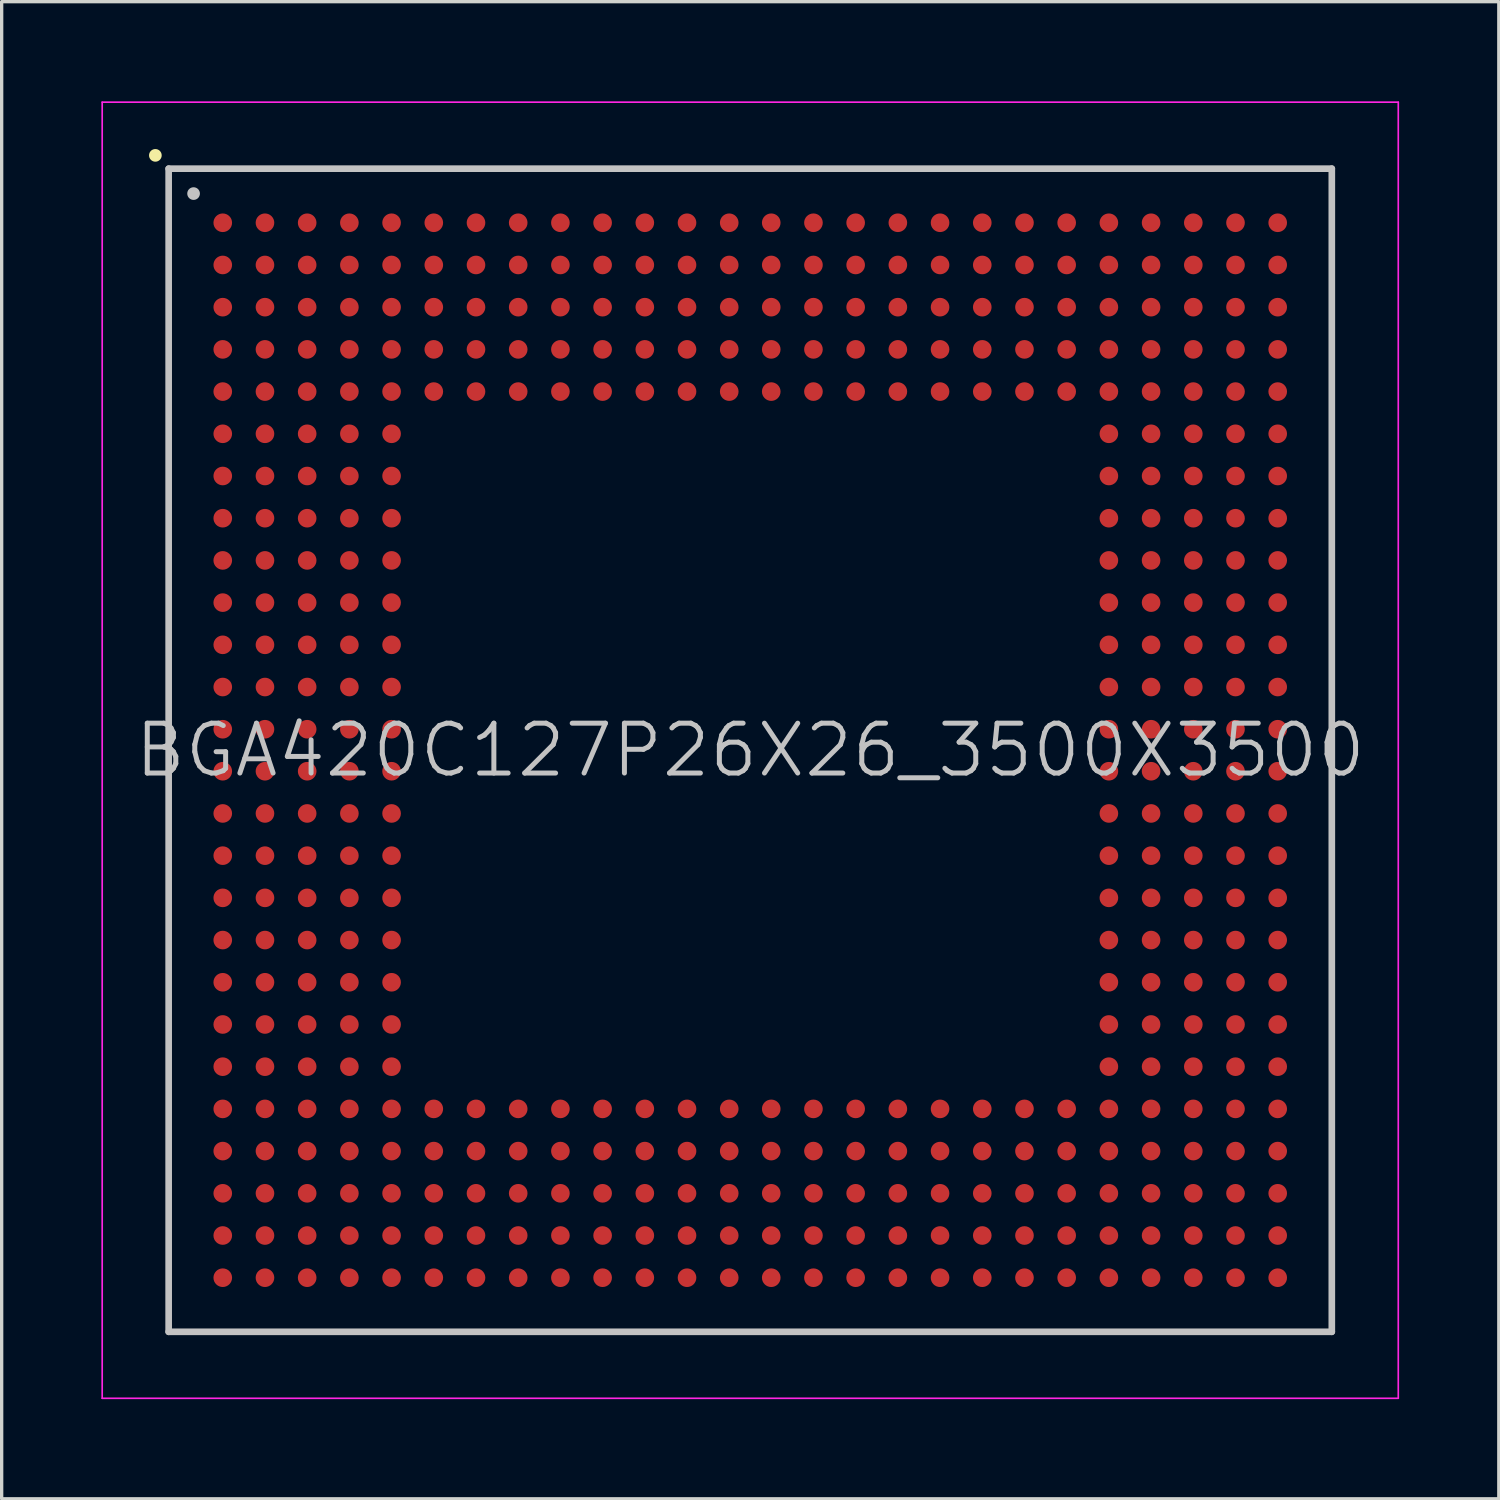
<source format=kicad_pcb>
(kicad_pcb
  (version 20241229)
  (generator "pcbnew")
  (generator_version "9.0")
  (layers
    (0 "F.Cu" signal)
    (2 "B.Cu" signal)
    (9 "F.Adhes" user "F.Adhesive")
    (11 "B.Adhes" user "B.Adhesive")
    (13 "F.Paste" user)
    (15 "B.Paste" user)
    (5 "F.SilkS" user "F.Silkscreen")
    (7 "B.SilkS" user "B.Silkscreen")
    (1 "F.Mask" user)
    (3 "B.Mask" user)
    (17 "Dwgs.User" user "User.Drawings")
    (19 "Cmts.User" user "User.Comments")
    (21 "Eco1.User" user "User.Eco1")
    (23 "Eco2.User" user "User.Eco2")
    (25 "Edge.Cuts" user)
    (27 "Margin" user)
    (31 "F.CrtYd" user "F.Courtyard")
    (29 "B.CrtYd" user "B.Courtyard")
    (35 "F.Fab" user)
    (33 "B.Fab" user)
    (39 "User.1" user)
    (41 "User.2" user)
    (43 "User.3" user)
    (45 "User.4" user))
  (footprint "BGA420C127P26X26_3500X3500"
    (layer "F.Cu")
    (at 19.525 19.525)
    (property "Reference" "BGA420C127P26X26_3500X3500" (at 0 0 0) (layer "Dwgs.User") (effects (font (size 1.5 1.5) (thickness 0.15))))
    (attr smd)
    (fp_line (start -17.9 -17.9) (end -17.9 -17.9) (stroke (width 0.381) (type solid)) (layer "F.SilkS"))
    (fp_line (start -17.5 -17.5) (end -17.5 17.5) (stroke (width 0.2) (type solid)) (layer "Dwgs.User"))
    (fp_line (start -17.5 -17.5) (end 17.5 -17.5) (stroke (width 0.2) (type solid)) (layer "Dwgs.User"))
    (fp_line (start -17.5 17.5) (end 17.5 17.5) (stroke (width 0.2) (type solid)) (layer "Dwgs.User"))
    (fp_line (start -16.75 -16.75) (end -16.75 -16.75) (stroke (width 0.381) (type solid)) (layer "Dwgs.User"))
    (fp_line (start 17.5 -17.5) (end 17.5 17.5) (stroke (width 0.2) (type solid)) (layer "Dwgs.User"))
    (fp_line (start -19.5 -19.5) (end -19.5 19.5) (stroke (width 0.05) (type solid)) (layer "F.CrtYd"))
    (fp_line (start -19.5 -19.5) (end 19.5 -19.5) (stroke (width 0.05) (type solid)) (layer "F.CrtYd"))
    (fp_line (start -19.5 19.5) (end 19.5 19.5) (stroke (width 0.05) (type solid)) (layer "F.CrtYd"))
    (fp_line (start 19.5 -19.5) (end 19.5 19.5) (stroke (width 0.05) (type solid)) (layer "F.CrtYd"))
    (pad "A1" smd circle (at -15.872 -15.872 270) (size 0.56 0.56) (layers "F.Cu" "F.Mask" "F.Paste"))
    (pad "A2" smd circle (at -14.602 -15.872 270) (size 0.56 0.56) (layers "F.Cu" "F.Mask" "F.Paste"))
    (pad "A3" smd circle (at -13.332 -15.872 270) (size 0.56 0.56) (layers "F.Cu" "F.Mask" "F.Paste"))
    (pad "A4" smd circle (at -12.062 -15.872 270) (size 0.56 0.56) (layers "F.Cu" "F.Mask" "F.Paste"))
    (pad "A5" smd circle (at -10.792 -15.872 270) (size 0.56 0.56) (layers "F.Cu" "F.Mask" "F.Paste"))
    (pad "A6" smd circle (at -9.522 -15.872 270) (size 0.56 0.56) (layers "F.Cu" "F.Mask" "F.Paste"))
    (pad "A7" smd circle (at -8.252 -15.872 270) (size 0.56 0.56) (layers "F.Cu" "F.Mask" "F.Paste"))
    (pad "A8" smd circle (at -6.982 -15.872 270) (size 0.56 0.56) (layers "F.Cu" "F.Mask" "F.Paste"))
    (pad "A9" smd circle (at -5.712 -15.872 270) (size 0.56 0.56) (layers "F.Cu" "F.Mask" "F.Paste"))
    (pad "A10" smd circle (at -4.442 -15.872 270) (size 0.56 0.56) (layers "F.Cu" "F.Mask" "F.Paste"))
    (pad "A11" smd circle (at -3.172 -15.872 270) (size 0.56 0.56) (layers "F.Cu" "F.Mask" "F.Paste"))
    (pad "A12" smd circle (at -1.902 -15.872 270) (size 0.56 0.56) (layers "F.Cu" "F.Mask" "F.Paste"))
    (pad "A13" smd circle (at -0.632 -15.872 270) (size 0.56 0.56) (layers "F.Cu" "F.Mask" "F.Paste"))
    (pad "A14" smd circle (at 0.632 -15.872 270) (size 0.56 0.56) (layers "F.Cu" "F.Mask" "F.Paste"))
    (pad "A15" smd circle (at 1.902 -15.872 270) (size 0.56 0.56) (layers "F.Cu" "F.Mask" "F.Paste"))
    (pad "A16" smd circle (at 3.172 -15.872 270) (size 0.56 0.56) (layers "F.Cu" "F.Mask" "F.Paste"))
    (pad "A17" smd circle (at 4.442 -15.872 270) (size 0.56 0.56) (layers "F.Cu" "F.Mask" "F.Paste"))
    (pad "A18" smd circle (at 5.712 -15.872 270) (size 0.56 0.56) (layers "F.Cu" "F.Mask" "F.Paste"))
    (pad "A19" smd circle (at 6.982 -15.872 270) (size 0.56 0.56) (layers "F.Cu" "F.Mask" "F.Paste"))
    (pad "A20" smd circle (at 8.252 -15.872 270) (size 0.56 0.56) (layers "F.Cu" "F.Mask" "F.Paste"))
    (pad "A21" smd circle (at 9.522 -15.872 270) (size 0.56 0.56) (layers "F.Cu" "F.Mask" "F.Paste"))
    (pad "A22" smd circle (at 10.792 -15.872 270) (size 0.56 0.56) (layers "F.Cu" "F.Mask" "F.Paste"))
    (pad "A23" smd circle (at 12.062 -15.872 270) (size 0.56 0.56) (layers "F.Cu" "F.Mask" "F.Paste"))
    (pad "A24" smd circle (at 13.332 -15.872 270) (size 0.56 0.56) (layers "F.Cu" "F.Mask" "F.Paste"))
    (pad "A25" smd circle (at 14.602 -15.872 270) (size 0.56 0.56) (layers "F.Cu" "F.Mask" "F.Paste"))
    (pad "A26" smd circle (at 15.872 -15.872 270) (size 0.56 0.56) (layers "F.Cu" "F.Mask" "F.Paste"))
    (pad "AA1" smd circle (at -15.872 9.522 270) (size 0.56 0.56) (layers "F.Cu" "F.Mask" "F.Paste"))
    (pad "AA2" smd circle (at -14.602 9.522 270) (size 0.56 0.56) (layers "F.Cu" "F.Mask" "F.Paste"))
    (pad "AA3" smd circle (at -13.332 9.522 270) (size 0.56 0.56) (layers "F.Cu" "F.Mask" "F.Paste"))
    (pad "AA4" smd circle (at -12.062 9.522 270) (size 0.56 0.56) (layers "F.Cu" "F.Mask" "F.Paste"))
    (pad "AA5" smd circle (at -10.792 9.522 270) (size 0.56 0.56) (layers "F.Cu" "F.Mask" "F.Paste"))
    (pad "AA22" smd circle (at 10.792 9.522 270) (size 0.56 0.56) (layers "F.Cu" "F.Mask" "F.Paste"))
    (pad "AA23" smd circle (at 12.062 9.522 270) (size 0.56 0.56) (layers "F.Cu" "F.Mask" "F.Paste"))
    (pad "AA24" smd circle (at 13.332 9.522 270) (size 0.56 0.56) (layers "F.Cu" "F.Mask" "F.Paste"))
    (pad "AA25" smd circle (at 14.602 9.522 270) (size 0.56 0.56) (layers "F.Cu" "F.Mask" "F.Paste"))
    (pad "AA26" smd circle (at 15.872 9.522 270) (size 0.56 0.56) (layers "F.Cu" "F.Mask" "F.Paste"))
    (pad "AB1" smd circle (at -15.872 10.792 270) (size 0.56 0.56) (layers "F.Cu" "F.Mask" "F.Paste"))
    (pad "AB2" smd circle (at -14.602 10.792 270) (size 0.56 0.56) (layers "F.Cu" "F.Mask" "F.Paste"))
    (pad "AB3" smd circle (at -13.332 10.792 270) (size 0.56 0.56) (layers "F.Cu" "F.Mask" "F.Paste"))
    (pad "AB4" smd circle (at -12.062 10.792 270) (size 0.56 0.56) (layers "F.Cu" "F.Mask" "F.Paste"))
    (pad "AB5" smd circle (at -10.792 10.792 270) (size 0.56 0.56) (layers "F.Cu" "F.Mask" "F.Paste"))
    (pad "AB6" smd circle (at -9.522 10.792 270) (size 0.56 0.56) (layers "F.Cu" "F.Mask" "F.Paste"))
    (pad "AB7" smd circle (at -8.252 10.792 270) (size 0.56 0.56) (layers "F.Cu" "F.Mask" "F.Paste"))
    (pad "AB8" smd circle (at -6.982 10.792 270) (size 0.56 0.56) (layers "F.Cu" "F.Mask" "F.Paste"))
    (pad "AB9" smd circle (at -5.712 10.792 270) (size 0.56 0.56) (layers "F.Cu" "F.Mask" "F.Paste"))
    (pad "AB10" smd circle (at -4.442 10.792 270) (size 0.56 0.56) (layers "F.Cu" "F.Mask" "F.Paste"))
    (pad "AB11" smd circle (at -3.172 10.792 270) (size 0.56 0.56) (layers "F.Cu" "F.Mask" "F.Paste"))
    (pad "AB12" smd circle (at -1.902 10.792 270) (size 0.56 0.56) (layers "F.Cu" "F.Mask" "F.Paste"))
    (pad "AB13" smd circle (at -0.632 10.792 270) (size 0.56 0.56) (layers "F.Cu" "F.Mask" "F.Paste"))
    (pad "AB14" smd circle (at 0.632 10.792 270) (size 0.56 0.56) (layers "F.Cu" "F.Mask" "F.Paste"))
    (pad "AB15" smd circle (at 1.902 10.792 270) (size 0.56 0.56) (layers "F.Cu" "F.Mask" "F.Paste"))
    (pad "AB16" smd circle (at 3.172 10.792 270) (size 0.56 0.56) (layers "F.Cu" "F.Mask" "F.Paste"))
    (pad "AB17" smd circle (at 4.442 10.792 270) (size 0.56 0.56) (layers "F.Cu" "F.Mask" "F.Paste"))
    (pad "AB18" smd circle (at 5.712 10.792 270) (size 0.56 0.56) (layers "F.Cu" "F.Mask" "F.Paste"))
    (pad "AB19" smd circle (at 6.982 10.792 270) (size 0.56 0.56) (layers "F.Cu" "F.Mask" "F.Paste"))
    (pad "AB20" smd circle (at 8.252 10.792 270) (size 0.56 0.56) (layers "F.Cu" "F.Mask" "F.Paste"))
    (pad "AB21" smd circle (at 9.522 10.792 270) (size 0.56 0.56) (layers "F.Cu" "F.Mask" "F.Paste"))
    (pad "AB22" smd circle (at 10.792 10.792 270) (size 0.56 0.56) (layers "F.Cu" "F.Mask" "F.Paste"))
    (pad "AB23" smd circle (at 12.062 10.792 270) (size 0.56 0.56) (layers "F.Cu" "F.Mask" "F.Paste"))
    (pad "AB24" smd circle (at 13.332 10.792 270) (size 0.56 0.56) (layers "F.Cu" "F.Mask" "F.Paste"))
    (pad "AB25" smd circle (at 14.602 10.792 270) (size 0.56 0.56) (layers "F.Cu" "F.Mask" "F.Paste"))
    (pad "AB26" smd circle (at 15.872 10.792 270) (size 0.56 0.56) (layers "F.Cu" "F.Mask" "F.Paste"))
    (pad "AC1" smd circle (at -15.872 12.062 270) (size 0.56 0.56) (layers "F.Cu" "F.Mask" "F.Paste"))
    (pad "AC2" smd circle (at -14.602 12.062 270) (size 0.56 0.56) (layers "F.Cu" "F.Mask" "F.Paste"))
    (pad "AC3" smd circle (at -13.332 12.062 270) (size 0.56 0.56) (layers "F.Cu" "F.Mask" "F.Paste"))
    (pad "AC4" smd circle (at -12.062 12.062 270) (size 0.56 0.56) (layers "F.Cu" "F.Mask" "F.Paste"))
    (pad "AC5" smd circle (at -10.792 12.062 270) (size 0.56 0.56) (layers "F.Cu" "F.Mask" "F.Paste"))
    (pad "AC6" smd circle (at -9.522 12.062 270) (size 0.56 0.56) (layers "F.Cu" "F.Mask" "F.Paste"))
    (pad "AC7" smd circle (at -8.252 12.062 270) (size 0.56 0.56) (layers "F.Cu" "F.Mask" "F.Paste"))
    (pad "AC8" smd circle (at -6.982 12.062 270) (size 0.56 0.56) (layers "F.Cu" "F.Mask" "F.Paste"))
    (pad "AC9" smd circle (at -5.712 12.062 270) (size 0.56 0.56) (layers "F.Cu" "F.Mask" "F.Paste"))
    (pad "AC10" smd circle (at -4.442 12.062 270) (size 0.56 0.56) (layers "F.Cu" "F.Mask" "F.Paste"))
    (pad "AC11" smd circle (at -3.172 12.062 270) (size 0.56 0.56) (layers "F.Cu" "F.Mask" "F.Paste"))
    (pad "AC12" smd circle (at -1.902 12.062 270) (size 0.56 0.56) (layers "F.Cu" "F.Mask" "F.Paste"))
    (pad "AC13" smd circle (at -0.632 12.062 270) (size 0.56 0.56) (layers "F.Cu" "F.Mask" "F.Paste"))
    (pad "AC14" smd circle (at 0.632 12.062 270) (size 0.56 0.56) (layers "F.Cu" "F.Mask" "F.Paste"))
    (pad "AC15" smd circle (at 1.902 12.062 270) (size 0.56 0.56) (layers "F.Cu" "F.Mask" "F.Paste"))
    (pad "AC16" smd circle (at 3.172 12.062 270) (size 0.56 0.56) (layers "F.Cu" "F.Mask" "F.Paste"))
    (pad "AC17" smd circle (at 4.442 12.062 270) (size 0.56 0.56) (layers "F.Cu" "F.Mask" "F.Paste"))
    (pad "AC18" smd circle (at 5.712 12.062 270) (size 0.56 0.56) (layers "F.Cu" "F.Mask" "F.Paste"))
    (pad "AC19" smd circle (at 6.982 12.062 270) (size 0.56 0.56) (layers "F.Cu" "F.Mask" "F.Paste"))
    (pad "AC20" smd circle (at 8.252 12.062 270) (size 0.56 0.56) (layers "F.Cu" "F.Mask" "F.Paste"))
    (pad "AC21" smd circle (at 9.522 12.062 270) (size 0.56 0.56) (layers "F.Cu" "F.Mask" "F.Paste"))
    (pad "AC22" smd circle (at 10.792 12.062 270) (size 0.56 0.56) (layers "F.Cu" "F.Mask" "F.Paste"))
    (pad "AC23" smd circle (at 12.062 12.062 270) (size 0.56 0.56) (layers "F.Cu" "F.Mask" "F.Paste"))
    (pad "AC24" smd circle (at 13.332 12.062 270) (size 0.56 0.56) (layers "F.Cu" "F.Mask" "F.Paste"))
    (pad "AC25" smd circle (at 14.602 12.062 270) (size 0.56 0.56) (layers "F.Cu" "F.Mask" "F.Paste"))
    (pad "AC26" smd circle (at 15.872 12.062 270) (size 0.56 0.56) (layers "F.Cu" "F.Mask" "F.Paste"))
    (pad "AD1" smd circle (at -15.872 13.332 270) (size 0.56 0.56) (layers "F.Cu" "F.Mask" "F.Paste"))
    (pad "AD2" smd circle (at -14.602 13.332 270) (size 0.56 0.56) (layers "F.Cu" "F.Mask" "F.Paste"))
    (pad "AD3" smd circle (at -13.332 13.332 270) (size 0.56 0.56) (layers "F.Cu" "F.Mask" "F.Paste"))
    (pad "AD4" smd circle (at -12.062 13.332 270) (size 0.56 0.56) (layers "F.Cu" "F.Mask" "F.Paste"))
    (pad "AD5" smd circle (at -10.792 13.332 270) (size 0.56 0.56) (layers "F.Cu" "F.Mask" "F.Paste"))
    (pad "AD6" smd circle (at -9.522 13.332 270) (size 0.56 0.56) (layers "F.Cu" "F.Mask" "F.Paste"))
    (pad "AD7" smd circle (at -8.252 13.332 270) (size 0.56 0.56) (layers "F.Cu" "F.Mask" "F.Paste"))
    (pad "AD8" smd circle (at -6.982 13.332 270) (size 0.56 0.56) (layers "F.Cu" "F.Mask" "F.Paste"))
    (pad "AD9" smd circle (at -5.712 13.332 270) (size 0.56 0.56) (layers "F.Cu" "F.Mask" "F.Paste"))
    (pad "AD10" smd circle (at -4.442 13.332 270) (size 0.56 0.56) (layers "F.Cu" "F.Mask" "F.Paste"))
    (pad "AD11" smd circle (at -3.172 13.332 270) (size 0.56 0.56) (layers "F.Cu" "F.Mask" "F.Paste"))
    (pad "AD12" smd circle (at -1.902 13.332 270) (size 0.56 0.56) (layers "F.Cu" "F.Mask" "F.Paste"))
    (pad "AD13" smd circle (at -0.632 13.332 270) (size 0.56 0.56) (layers "F.Cu" "F.Mask" "F.Paste"))
    (pad "AD14" smd circle (at 0.632 13.332 270) (size 0.56 0.56) (layers "F.Cu" "F.Mask" "F.Paste"))
    (pad "AD15" smd circle (at 1.902 13.332 270) (size 0.56 0.56) (layers "F.Cu" "F.Mask" "F.Paste"))
    (pad "AD16" smd circle (at 3.172 13.332 270) (size 0.56 0.56) (layers "F.Cu" "F.Mask" "F.Paste"))
    (pad "AD17" smd circle (at 4.442 13.332 270) (size 0.56 0.56) (layers "F.Cu" "F.Mask" "F.Paste"))
    (pad "AD18" smd circle (at 5.712 13.332 270) (size 0.56 0.56) (layers "F.Cu" "F.Mask" "F.Paste"))
    (pad "AD19" smd circle (at 6.982 13.332 270) (size 0.56 0.56) (layers "F.Cu" "F.Mask" "F.Paste"))
    (pad "AD20" smd circle (at 8.252 13.332 270) (size 0.56 0.56) (layers "F.Cu" "F.Mask" "F.Paste"))
    (pad "AD21" smd circle (at 9.522 13.332 270) (size 0.56 0.56) (layers "F.Cu" "F.Mask" "F.Paste"))
    (pad "AD22" smd circle (at 10.792 13.332 270) (size 0.56 0.56) (layers "F.Cu" "F.Mask" "F.Paste"))
    (pad "AD23" smd circle (at 12.062 13.332 270) (size 0.56 0.56) (layers "F.Cu" "F.Mask" "F.Paste"))
    (pad "AD24" smd circle (at 13.332 13.332 270) (size 0.56 0.56) (layers "F.Cu" "F.Mask" "F.Paste"))
    (pad "AD25" smd circle (at 14.602 13.332 270) (size 0.56 0.56) (layers "F.Cu" "F.Mask" "F.Paste"))
    (pad "AD26" smd circle (at 15.872 13.332 270) (size 0.56 0.56) (layers "F.Cu" "F.Mask" "F.Paste"))
    (pad "AE1" smd circle (at -15.872 14.602 270) (size 0.56 0.56) (layers "F.Cu" "F.Mask" "F.Paste"))
    (pad "AE2" smd circle (at -14.602 14.602 270) (size 0.56 0.56) (layers "F.Cu" "F.Mask" "F.Paste"))
    (pad "AE3" smd circle (at -13.332 14.602 270) (size 0.56 0.56) (layers "F.Cu" "F.Mask" "F.Paste"))
    (pad "AE4" smd circle (at -12.062 14.602 270) (size 0.56 0.56) (layers "F.Cu" "F.Mask" "F.Paste"))
    (pad "AE5" smd circle (at -10.792 14.602 270) (size 0.56 0.56) (layers "F.Cu" "F.Mask" "F.Paste"))
    (pad "AE6" smd circle (at -9.522 14.602 270) (size 0.56 0.56) (layers "F.Cu" "F.Mask" "F.Paste"))
    (pad "AE7" smd circle (at -8.252 14.602 270) (size 0.56 0.56) (layers "F.Cu" "F.Mask" "F.Paste"))
    (pad "AE8" smd circle (at -6.982 14.602 270) (size 0.56 0.56) (layers "F.Cu" "F.Mask" "F.Paste"))
    (pad "AE9" smd circle (at -5.712 14.602 270) (size 0.56 0.56) (layers "F.Cu" "F.Mask" "F.Paste"))
    (pad "AE10" smd circle (at -4.442 14.602 270) (size 0.56 0.56) (layers "F.Cu" "F.Mask" "F.Paste"))
    (pad "AE11" smd circle (at -3.172 14.602 270) (size 0.56 0.56) (layers "F.Cu" "F.Mask" "F.Paste"))
    (pad "AE12" smd circle (at -1.902 14.602 270) (size 0.56 0.56) (layers "F.Cu" "F.Mask" "F.Paste"))
    (pad "AE13" smd circle (at -0.632 14.602 270) (size 0.56 0.56) (layers "F.Cu" "F.Mask" "F.Paste"))
    (pad "AE14" smd circle (at 0.632 14.602 270) (size 0.56 0.56) (layers "F.Cu" "F.Mask" "F.Paste"))
    (pad "AE15" smd circle (at 1.902 14.602 270) (size 0.56 0.56) (layers "F.Cu" "F.Mask" "F.Paste"))
    (pad "AE16" smd circle (at 3.172 14.602 270) (size 0.56 0.56) (layers "F.Cu" "F.Mask" "F.Paste"))
    (pad "AE17" smd circle (at 4.442 14.602 270) (size 0.56 0.56) (layers "F.Cu" "F.Mask" "F.Paste"))
    (pad "AE18" smd circle (at 5.712 14.602 270) (size 0.56 0.56) (layers "F.Cu" "F.Mask" "F.Paste"))
    (pad "AE19" smd circle (at 6.982 14.602 270) (size 0.56 0.56) (layers "F.Cu" "F.Mask" "F.Paste"))
    (pad "AE20" smd circle (at 8.252 14.602 270) (size 0.56 0.56) (layers "F.Cu" "F.Mask" "F.Paste"))
    (pad "AE21" smd circle (at 9.522 14.602 270) (size 0.56 0.56) (layers "F.Cu" "F.Mask" "F.Paste"))
    (pad "AE22" smd circle (at 10.792 14.602 270) (size 0.56 0.56) (layers "F.Cu" "F.Mask" "F.Paste"))
    (pad "AE23" smd circle (at 12.062 14.602 270) (size 0.56 0.56) (layers "F.Cu" "F.Mask" "F.Paste"))
    (pad "AE24" smd circle (at 13.332 14.602 270) (size 0.56 0.56) (layers "F.Cu" "F.Mask" "F.Paste"))
    (pad "AE25" smd circle (at 14.602 14.602 270) (size 0.56 0.56) (layers "F.Cu" "F.Mask" "F.Paste"))
    (pad "AE26" smd circle (at 15.872 14.602 270) (size 0.56 0.56) (layers "F.Cu" "F.Mask" "F.Paste"))
    (pad "AF1" smd circle (at -15.872 15.872 270) (size 0.56 0.56) (layers "F.Cu" "F.Mask" "F.Paste"))
    (pad "AF2" smd circle (at -14.602 15.872 270) (size 0.56 0.56) (layers "F.Cu" "F.Mask" "F.Paste"))
    (pad "AF3" smd circle (at -13.332 15.872 270) (size 0.56 0.56) (layers "F.Cu" "F.Mask" "F.Paste"))
    (pad "AF4" smd circle (at -12.062 15.872 270) (size 0.56 0.56) (layers "F.Cu" "F.Mask" "F.Paste"))
    (pad "AF5" smd circle (at -10.792 15.872 270) (size 0.56 0.56) (layers "F.Cu" "F.Mask" "F.Paste"))
    (pad "AF6" smd circle (at -9.522 15.872 270) (size 0.56 0.56) (layers "F.Cu" "F.Mask" "F.Paste"))
    (pad "AF7" smd circle (at -8.252 15.872 270) (size 0.56 0.56) (layers "F.Cu" "F.Mask" "F.Paste"))
    (pad "AF8" smd circle (at -6.982 15.872 270) (size 0.56 0.56) (layers "F.Cu" "F.Mask" "F.Paste"))
    (pad "AF9" smd circle (at -5.712 15.872 270) (size 0.56 0.56) (layers "F.Cu" "F.Mask" "F.Paste"))
    (pad "AF10" smd circle (at -4.442 15.872 270) (size 0.56 0.56) (layers "F.Cu" "F.Mask" "F.Paste"))
    (pad "AF11" smd circle (at -3.172 15.872 270) (size 0.56 0.56) (layers "F.Cu" "F.Mask" "F.Paste"))
    (pad "AF12" smd circle (at -1.902 15.872 270) (size 0.56 0.56) (layers "F.Cu" "F.Mask" "F.Paste"))
    (pad "AF13" smd circle (at -0.632 15.872 270) (size 0.56 0.56) (layers "F.Cu" "F.Mask" "F.Paste"))
    (pad "AF14" smd circle (at 0.632 15.872 270) (size 0.56 0.56) (layers "F.Cu" "F.Mask" "F.Paste"))
    (pad "AF15" smd circle (at 1.902 15.872 270) (size 0.56 0.56) (layers "F.Cu" "F.Mask" "F.Paste"))
    (pad "AF16" smd circle (at 3.172 15.872 270) (size 0.56 0.56) (layers "F.Cu" "F.Mask" "F.Paste"))
    (pad "AF17" smd circle (at 4.442 15.872 270) (size 0.56 0.56) (layers "F.Cu" "F.Mask" "F.Paste"))
    (pad "AF18" smd circle (at 5.712 15.872 270) (size 0.56 0.56) (layers "F.Cu" "F.Mask" "F.Paste"))
    (pad "AF19" smd circle (at 6.982 15.872 270) (size 0.56 0.56) (layers "F.Cu" "F.Mask" "F.Paste"))
    (pad "AF20" smd circle (at 8.252 15.872 270) (size 0.56 0.56) (layers "F.Cu" "F.Mask" "F.Paste"))
    (pad "AF21" smd circle (at 9.522 15.872 270) (size 0.56 0.56) (layers "F.Cu" "F.Mask" "F.Paste"))
    (pad "AF22" smd circle (at 10.792 15.872 270) (size 0.56 0.56) (layers "F.Cu" "F.Mask" "F.Paste"))
    (pad "AF23" smd circle (at 12.062 15.872 270) (size 0.56 0.56) (layers "F.Cu" "F.Mask" "F.Paste"))
    (pad "AF24" smd circle (at 13.332 15.872 270) (size 0.56 0.56) (layers "F.Cu" "F.Mask" "F.Paste"))
    (pad "AF25" smd circle (at 14.602 15.872 270) (size 0.56 0.56) (layers "F.Cu" "F.Mask" "F.Paste"))
    (pad "AF26" smd circle (at 15.872 15.872 270) (size 0.56 0.56) (layers "F.Cu" "F.Mask" "F.Paste"))
    (pad "B1" smd circle (at -15.872 -14.602 270) (size 0.56 0.56) (layers "F.Cu" "F.Mask" "F.Paste"))
    (pad "B2" smd circle (at -14.602 -14.602 270) (size 0.56 0.56) (layers "F.Cu" "F.Mask" "F.Paste"))
    (pad "B3" smd circle (at -13.332 -14.602 270) (size 0.56 0.56) (layers "F.Cu" "F.Mask" "F.Paste"))
    (pad "B4" smd circle (at -12.062 -14.602 270) (size 0.56 0.56) (layers "F.Cu" "F.Mask" "F.Paste"))
    (pad "B5" smd circle (at -10.792 -14.602 270) (size 0.56 0.56) (layers "F.Cu" "F.Mask" "F.Paste"))
    (pad "B6" smd circle (at -9.522 -14.602 270) (size 0.56 0.56) (layers "F.Cu" "F.Mask" "F.Paste"))
    (pad "B7" smd circle (at -8.252 -14.602 270) (size 0.56 0.56) (layers "F.Cu" "F.Mask" "F.Paste"))
    (pad "B8" smd circle (at -6.982 -14.602 270) (size 0.56 0.56) (layers "F.Cu" "F.Mask" "F.Paste"))
    (pad "B9" smd circle (at -5.712 -14.602 270) (size 0.56 0.56) (layers "F.Cu" "F.Mask" "F.Paste"))
    (pad "B10" smd circle (at -4.442 -14.602 270) (size 0.56 0.56) (layers "F.Cu" "F.Mask" "F.Paste"))
    (pad "B11" smd circle (at -3.172 -14.602 270) (size 0.56 0.56) (layers "F.Cu" "F.Mask" "F.Paste"))
    (pad "B12" smd circle (at -1.902 -14.602 270) (size 0.56 0.56) (layers "F.Cu" "F.Mask" "F.Paste"))
    (pad "B13" smd circle (at -0.632 -14.602 270) (size 0.56 0.56) (layers "F.Cu" "F.Mask" "F.Paste"))
    (pad "B14" smd circle (at 0.632 -14.602 270) (size 0.56 0.56) (layers "F.Cu" "F.Mask" "F.Paste"))
    (pad "B15" smd circle (at 1.902 -14.602 270) (size 0.56 0.56) (layers "F.Cu" "F.Mask" "F.Paste"))
    (pad "B16" smd circle (at 3.172 -14.602 270) (size 0.56 0.56) (layers "F.Cu" "F.Mask" "F.Paste"))
    (pad "B17" smd circle (at 4.442 -14.602 270) (size 0.56 0.56) (layers "F.Cu" "F.Mask" "F.Paste"))
    (pad "B18" smd circle (at 5.712 -14.602 270) (size 0.56 0.56) (layers "F.Cu" "F.Mask" "F.Paste"))
    (pad "B19" smd circle (at 6.982 -14.602 270) (size 0.56 0.56) (layers "F.Cu" "F.Mask" "F.Paste"))
    (pad "B20" smd circle (at 8.252 -14.602 270) (size 0.56 0.56) (layers "F.Cu" "F.Mask" "F.Paste"))
    (pad "B21" smd circle (at 9.522 -14.602 270) (size 0.56 0.56) (layers "F.Cu" "F.Mask" "F.Paste"))
    (pad "B22" smd circle (at 10.792 -14.602 270) (size 0.56 0.56) (layers "F.Cu" "F.Mask" "F.Paste"))
    (pad "B23" smd circle (at 12.062 -14.602 270) (size 0.56 0.56) (layers "F.Cu" "F.Mask" "F.Paste"))
    (pad "B24" smd circle (at 13.332 -14.602 270) (size 0.56 0.56) (layers "F.Cu" "F.Mask" "F.Paste"))
    (pad "B25" smd circle (at 14.602 -14.602 270) (size 0.56 0.56) (layers "F.Cu" "F.Mask" "F.Paste"))
    (pad "B26" smd circle (at 15.872 -14.602 270) (size 0.56 0.56) (layers "F.Cu" "F.Mask" "F.Paste"))
    (pad "C1" smd circle (at -15.872 -13.332 270) (size 0.56 0.56) (layers "F.Cu" "F.Mask" "F.Paste"))
    (pad "C2" smd circle (at -14.602 -13.332 270) (size 0.56 0.56) (layers "F.Cu" "F.Mask" "F.Paste"))
    (pad "C3" smd circle (at -13.332 -13.332 270) (size 0.56 0.56) (layers "F.Cu" "F.Mask" "F.Paste"))
    (pad "C4" smd circle (at -12.062 -13.332 270) (size 0.56 0.56) (layers "F.Cu" "F.Mask" "F.Paste"))
    (pad "C5" smd circle (at -10.792 -13.332 270) (size 0.56 0.56) (layers "F.Cu" "F.Mask" "F.Paste"))
    (pad "C6" smd circle (at -9.522 -13.332 270) (size 0.56 0.56) (layers "F.Cu" "F.Mask" "F.Paste"))
    (pad "C7" smd circle (at -8.252 -13.332 270) (size 0.56 0.56) (layers "F.Cu" "F.Mask" "F.Paste"))
    (pad "C8" smd circle (at -6.982 -13.332 270) (size 0.56 0.56) (layers "F.Cu" "F.Mask" "F.Paste"))
    (pad "C9" smd circle (at -5.712 -13.332 270) (size 0.56 0.56) (layers "F.Cu" "F.Mask" "F.Paste"))
    (pad "C10" smd circle (at -4.442 -13.332 270) (size 0.56 0.56) (layers "F.Cu" "F.Mask" "F.Paste"))
    (pad "C11" smd circle (at -3.172 -13.332 270) (size 0.56 0.56) (layers "F.Cu" "F.Mask" "F.Paste"))
    (pad "C12" smd circle (at -1.902 -13.332 270) (size 0.56 0.56) (layers "F.Cu" "F.Mask" "F.Paste"))
    (pad "C13" smd circle (at -0.632 -13.332 270) (size 0.56 0.56) (layers "F.Cu" "F.Mask" "F.Paste"))
    (pad "C14" smd circle (at 0.632 -13.332 270) (size 0.56 0.56) (layers "F.Cu" "F.Mask" "F.Paste"))
    (pad "C15" smd circle (at 1.902 -13.332 270) (size 0.56 0.56) (layers "F.Cu" "F.Mask" "F.Paste"))
    (pad "C16" smd circle (at 3.172 -13.332 270) (size 0.56 0.56) (layers "F.Cu" "F.Mask" "F.Paste"))
    (pad "C17" smd circle (at 4.442 -13.332 270) (size 0.56 0.56) (layers "F.Cu" "F.Mask" "F.Paste"))
    (pad "C18" smd circle (at 5.712 -13.332 270) (size 0.56 0.56) (layers "F.Cu" "F.Mask" "F.Paste"))
    (pad "C19" smd circle (at 6.982 -13.332 270) (size 0.56 0.56) (layers "F.Cu" "F.Mask" "F.Paste"))
    (pad "C20" smd circle (at 8.252 -13.332 270) (size 0.56 0.56) (layers "F.Cu" "F.Mask" "F.Paste"))
    (pad "C21" smd circle (at 9.522 -13.332 270) (size 0.56 0.56) (layers "F.Cu" "F.Mask" "F.Paste"))
    (pad "C22" smd circle (at 10.792 -13.332 270) (size 0.56 0.56) (layers "F.Cu" "F.Mask" "F.Paste"))
    (pad "C23" smd circle (at 12.062 -13.332 270) (size 0.56 0.56) (layers "F.Cu" "F.Mask" "F.Paste"))
    (pad "C24" smd circle (at 13.332 -13.332 270) (size 0.56 0.56) (layers "F.Cu" "F.Mask" "F.Paste"))
    (pad "C25" smd circle (at 14.602 -13.332 270) (size 0.56 0.56) (layers "F.Cu" "F.Mask" "F.Paste"))
    (pad "C26" smd circle (at 15.872 -13.332 270) (size 0.56 0.56) (layers "F.Cu" "F.Mask" "F.Paste"))
    (pad "D1" smd circle (at -15.872 -12.062 270) (size 0.56 0.56) (layers "F.Cu" "F.Mask" "F.Paste"))
    (pad "D2" smd circle (at -14.602 -12.062 270) (size 0.56 0.56) (layers "F.Cu" "F.Mask" "F.Paste"))
    (pad "D3" smd circle (at -13.332 -12.062 270) (size 0.56 0.56) (layers "F.Cu" "F.Mask" "F.Paste"))
    (pad "D4" smd circle (at -12.062 -12.062 270) (size 0.56 0.56) (layers "F.Cu" "F.Mask" "F.Paste"))
    (pad "D5" smd circle (at -10.792 -12.062 270) (size 0.56 0.56) (layers "F.Cu" "F.Mask" "F.Paste"))
    (pad "D6" smd circle (at -9.522 -12.062 270) (size 0.56 0.56) (layers "F.Cu" "F.Mask" "F.Paste"))
    (pad "D7" smd circle (at -8.252 -12.062 270) (size 0.56 0.56) (layers "F.Cu" "F.Mask" "F.Paste"))
    (pad "D8" smd circle (at -6.982 -12.062 270) (size 0.56 0.56) (layers "F.Cu" "F.Mask" "F.Paste"))
    (pad "D9" smd circle (at -5.712 -12.062 270) (size 0.56 0.56) (layers "F.Cu" "F.Mask" "F.Paste"))
    (pad "D10" smd circle (at -4.442 -12.062 270) (size 0.56 0.56) (layers "F.Cu" "F.Mask" "F.Paste"))
    (pad "D11" smd circle (at -3.172 -12.062 270) (size 0.56 0.56) (layers "F.Cu" "F.Mask" "F.Paste"))
    (pad "D12" smd circle (at -1.902 -12.062 270) (size 0.56 0.56) (layers "F.Cu" "F.Mask" "F.Paste"))
    (pad "D13" smd circle (at -0.632 -12.062 270) (size 0.56 0.56) (layers "F.Cu" "F.Mask" "F.Paste"))
    (pad "D14" smd circle (at 0.632 -12.062 270) (size 0.56 0.56) (layers "F.Cu" "F.Mask" "F.Paste"))
    (pad "D15" smd circle (at 1.902 -12.062 270) (size 0.56 0.56) (layers "F.Cu" "F.Mask" "F.Paste"))
    (pad "D16" smd circle (at 3.172 -12.062 270) (size 0.56 0.56) (layers "F.Cu" "F.Mask" "F.Paste"))
    (pad "D17" smd circle (at 4.442 -12.062 270) (size 0.56 0.56) (layers "F.Cu" "F.Mask" "F.Paste"))
    (pad "D18" smd circle (at 5.712 -12.062 270) (size 0.56 0.56) (layers "F.Cu" "F.Mask" "F.Paste"))
    (pad "D19" smd circle (at 6.982 -12.062 270) (size 0.56 0.56) (layers "F.Cu" "F.Mask" "F.Paste"))
    (pad "D20" smd circle (at 8.252 -12.062 270) (size 0.56 0.56) (layers "F.Cu" "F.Mask" "F.Paste"))
    (pad "D21" smd circle (at 9.522 -12.062 270) (size 0.56 0.56) (layers "F.Cu" "F.Mask" "F.Paste"))
    (pad "D22" smd circle (at 10.792 -12.062 270) (size 0.56 0.56) (layers "F.Cu" "F.Mask" "F.Paste"))
    (pad "D23" smd circle (at 12.062 -12.062 270) (size 0.56 0.56) (layers "F.Cu" "F.Mask" "F.Paste"))
    (pad "D24" smd circle (at 13.332 -12.062 270) (size 0.56 0.56) (layers "F.Cu" "F.Mask" "F.Paste"))
    (pad "D25" smd circle (at 14.602 -12.062 270) (size 0.56 0.56) (layers "F.Cu" "F.Mask" "F.Paste"))
    (pad "D26" smd circle (at 15.872 -12.062 270) (size 0.56 0.56) (layers "F.Cu" "F.Mask" "F.Paste"))
    (pad "E1" smd circle (at -15.872 -10.792 270) (size 0.56 0.56) (layers "F.Cu" "F.Mask" "F.Paste"))
    (pad "E2" smd circle (at -14.602 -10.792 270) (size 0.56 0.56) (layers "F.Cu" "F.Mask" "F.Paste"))
    (pad "E3" smd circle (at -13.332 -10.792 270) (size 0.56 0.56) (layers "F.Cu" "F.Mask" "F.Paste"))
    (pad "E4" smd circle (at -12.062 -10.792 270) (size 0.56 0.56) (layers "F.Cu" "F.Mask" "F.Paste"))
    (pad "E5" smd circle (at -10.792 -10.792 270) (size 0.56 0.56) (layers "F.Cu" "F.Mask" "F.Paste"))
    (pad "E6" smd circle (at -9.522 -10.792 270) (size 0.56 0.56) (layers "F.Cu" "F.Mask" "F.Paste"))
    (pad "E7" smd circle (at -8.252 -10.792 270) (size 0.56 0.56) (layers "F.Cu" "F.Mask" "F.Paste"))
    (pad "E8" smd circle (at -6.982 -10.792 270) (size 0.56 0.56) (layers "F.Cu" "F.Mask" "F.Paste"))
    (pad "E9" smd circle (at -5.712 -10.792 270) (size 0.56 0.56) (layers "F.Cu" "F.Mask" "F.Paste"))
    (pad "E10" smd circle (at -4.442 -10.792 270) (size 0.56 0.56) (layers "F.Cu" "F.Mask" "F.Paste"))
    (pad "E11" smd circle (at -3.172 -10.792 270) (size 0.56 0.56) (layers "F.Cu" "F.Mask" "F.Paste"))
    (pad "E12" smd circle (at -1.902 -10.792 270) (size 0.56 0.56) (layers "F.Cu" "F.Mask" "F.Paste"))
    (pad "E13" smd circle (at -0.632 -10.792 270) (size 0.56 0.56) (layers "F.Cu" "F.Mask" "F.Paste"))
    (pad "E14" smd circle (at 0.632 -10.792 270) (size 0.56 0.56) (layers "F.Cu" "F.Mask" "F.Paste"))
    (pad "E15" smd circle (at 1.902 -10.792 270) (size 0.56 0.56) (layers "F.Cu" "F.Mask" "F.Paste"))
    (pad "E16" smd circle (at 3.172 -10.792 270) (size 0.56 0.56) (layers "F.Cu" "F.Mask" "F.Paste"))
    (pad "E17" smd circle (at 4.442 -10.792 270) (size 0.56 0.56) (layers "F.Cu" "F.Mask" "F.Paste"))
    (pad "E18" smd circle (at 5.712 -10.792 270) (size 0.56 0.56) (layers "F.Cu" "F.Mask" "F.Paste"))
    (pad "E19" smd circle (at 6.982 -10.792 270) (size 0.56 0.56) (layers "F.Cu" "F.Mask" "F.Paste"))
    (pad "E20" smd circle (at 8.252 -10.792 270) (size 0.56 0.56) (layers "F.Cu" "F.Mask" "F.Paste"))
    (pad "E21" smd circle (at 9.522 -10.792 270) (size 0.56 0.56) (layers "F.Cu" "F.Mask" "F.Paste"))
    (pad "E22" smd circle (at 10.792 -10.792 270) (size 0.56 0.56) (layers "F.Cu" "F.Mask" "F.Paste"))
    (pad "E23" smd circle (at 12.062 -10.792 270) (size 0.56 0.56) (layers "F.Cu" "F.Mask" "F.Paste"))
    (pad "E24" smd circle (at 13.332 -10.792 270) (size 0.56 0.56) (layers "F.Cu" "F.Mask" "F.Paste"))
    (pad "E25" smd circle (at 14.602 -10.792 270) (size 0.56 0.56) (layers "F.Cu" "F.Mask" "F.Paste"))
    (pad "E26" smd circle (at 15.872 -10.792 270) (size 0.56 0.56) (layers "F.Cu" "F.Mask" "F.Paste"))
    (pad "F1" smd circle (at -15.872 -9.522 270) (size 0.56 0.56) (layers "F.Cu" "F.Mask" "F.Paste"))
    (pad "F2" smd circle (at -14.602 -9.522 270) (size 0.56 0.56) (layers "F.Cu" "F.Mask" "F.Paste"))
    (pad "F3" smd circle (at -13.332 -9.522 270) (size 0.56 0.56) (layers "F.Cu" "F.Mask" "F.Paste"))
    (pad "F4" smd circle (at -12.062 -9.522 270) (size 0.56 0.56) (layers "F.Cu" "F.Mask" "F.Paste"))
    (pad "F5" smd circle (at -10.792 -9.522 270) (size 0.56 0.56) (layers "F.Cu" "F.Mask" "F.Paste"))
    (pad "F22" smd circle (at 10.792 -9.522 270) (size 0.56 0.56) (layers "F.Cu" "F.Mask" "F.Paste"))
    (pad "F23" smd circle (at 12.062 -9.522 270) (size 0.56 0.56) (layers "F.Cu" "F.Mask" "F.Paste"))
    (pad "F24" smd circle (at 13.332 -9.522 270) (size 0.56 0.56) (layers "F.Cu" "F.Mask" "F.Paste"))
    (pad "F25" smd circle (at 14.602 -9.522 270) (size 0.56 0.56) (layers "F.Cu" "F.Mask" "F.Paste"))
    (pad "F26" smd circle (at 15.872 -9.522 270) (size 0.56 0.56) (layers "F.Cu" "F.Mask" "F.Paste"))
    (pad "G1" smd circle (at -15.872 -8.252 270) (size 0.56 0.56) (layers "F.Cu" "F.Mask" "F.Paste"))
    (pad "G2" smd circle (at -14.602 -8.252 270) (size 0.56 0.56) (layers "F.Cu" "F.Mask" "F.Paste"))
    (pad "G3" smd circle (at -13.332 -8.252 270) (size 0.56 0.56) (layers "F.Cu" "F.Mask" "F.Paste"))
    (pad "G4" smd circle (at -12.062 -8.252 270) (size 0.56 0.56) (layers "F.Cu" "F.Mask" "F.Paste"))
    (pad "G5" smd circle (at -10.792 -8.252 270) (size 0.56 0.56) (layers "F.Cu" "F.Mask" "F.Paste"))
    (pad "G22" smd circle (at 10.792 -8.252 270) (size 0.56 0.56) (layers "F.Cu" "F.Mask" "F.Paste"))
    (pad "G23" smd circle (at 12.062 -8.252 270) (size 0.56 0.56) (layers "F.Cu" "F.Mask" "F.Paste"))
    (pad "G24" smd circle (at 13.332 -8.252 270) (size 0.56 0.56) (layers "F.Cu" "F.Mask" "F.Paste"))
    (pad "G25" smd circle (at 14.602 -8.252 270) (size 0.56 0.56) (layers "F.Cu" "F.Mask" "F.Paste"))
    (pad "G26" smd circle (at 15.872 -8.252 270) (size 0.56 0.56) (layers "F.Cu" "F.Mask" "F.Paste"))
    (pad "H1" smd circle (at -15.872 -6.982 270) (size 0.56 0.56) (layers "F.Cu" "F.Mask" "F.Paste"))
    (pad "H2" smd circle (at -14.602 -6.982 270) (size 0.56 0.56) (layers "F.Cu" "F.Mask" "F.Paste"))
    (pad "H3" smd circle (at -13.332 -6.982 270) (size 0.56 0.56) (layers "F.Cu" "F.Mask" "F.Paste"))
    (pad "H4" smd circle (at -12.062 -6.982 270) (size 0.56 0.56) (layers "F.Cu" "F.Mask" "F.Paste"))
    (pad "H5" smd circle (at -10.792 -6.982 270) (size 0.56 0.56) (layers "F.Cu" "F.Mask" "F.Paste"))
    (pad "H22" smd circle (at 10.792 -6.982 270) (size 0.56 0.56) (layers "F.Cu" "F.Mask" "F.Paste"))
    (pad "H23" smd circle (at 12.062 -6.982 270) (size 0.56 0.56) (layers "F.Cu" "F.Mask" "F.Paste"))
    (pad "H24" smd circle (at 13.332 -6.982 270) (size 0.56 0.56) (layers "F.Cu" "F.Mask" "F.Paste"))
    (pad "H25" smd circle (at 14.602 -6.982 270) (size 0.56 0.56) (layers "F.Cu" "F.Mask" "F.Paste"))
    (pad "H26" smd circle (at 15.872 -6.982 270) (size 0.56 0.56) (layers "F.Cu" "F.Mask" "F.Paste"))
    (pad "J1" smd circle (at -15.872 -5.712 270) (size 0.56 0.56) (layers "F.Cu" "F.Mask" "F.Paste"))
    (pad "J2" smd circle (at -14.602 -5.712 270) (size 0.56 0.56) (layers "F.Cu" "F.Mask" "F.Paste"))
    (pad "J3" smd circle (at -13.332 -5.712 270) (size 0.56 0.56) (layers "F.Cu" "F.Mask" "F.Paste"))
    (pad "J4" smd circle (at -12.062 -5.712 270) (size 0.56 0.56) (layers "F.Cu" "F.Mask" "F.Paste"))
    (pad "J5" smd circle (at -10.792 -5.712 270) (size 0.56 0.56) (layers "F.Cu" "F.Mask" "F.Paste"))
    (pad "J22" smd circle (at 10.792 -5.712 270) (size 0.56 0.56) (layers "F.Cu" "F.Mask" "F.Paste"))
    (pad "J23" smd circle (at 12.062 -5.712 270) (size 0.56 0.56) (layers "F.Cu" "F.Mask" "F.Paste"))
    (pad "J24" smd circle (at 13.332 -5.712 270) (size 0.56 0.56) (layers "F.Cu" "F.Mask" "F.Paste"))
    (pad "J25" smd circle (at 14.602 -5.712 270) (size 0.56 0.56) (layers "F.Cu" "F.Mask" "F.Paste"))
    (pad "J26" smd circle (at 15.872 -5.712 270) (size 0.56 0.56) (layers "F.Cu" "F.Mask" "F.Paste"))
    (pad "K1" smd circle (at -15.872 -4.442 270) (size 0.56 0.56) (layers "F.Cu" "F.Mask" "F.Paste"))
    (pad "K2" smd circle (at -14.602 -4.442 270) (size 0.56 0.56) (layers "F.Cu" "F.Mask" "F.Paste"))
    (pad "K3" smd circle (at -13.332 -4.442 270) (size 0.56 0.56) (layers "F.Cu" "F.Mask" "F.Paste"))
    (pad "K4" smd circle (at -12.062 -4.442 270) (size 0.56 0.56) (layers "F.Cu" "F.Mask" "F.Paste"))
    (pad "K5" smd circle (at -10.792 -4.442 270) (size 0.56 0.56) (layers "F.Cu" "F.Mask" "F.Paste"))
    (pad "K22" smd circle (at 10.792 -4.442 270) (size 0.56 0.56) (layers "F.Cu" "F.Mask" "F.Paste"))
    (pad "K23" smd circle (at 12.062 -4.442 270) (size 0.56 0.56) (layers "F.Cu" "F.Mask" "F.Paste"))
    (pad "K24" smd circle (at 13.332 -4.442 270) (size 0.56 0.56) (layers "F.Cu" "F.Mask" "F.Paste"))
    (pad "K25" smd circle (at 14.602 -4.442 270) (size 0.56 0.56) (layers "F.Cu" "F.Mask" "F.Paste"))
    (pad "K26" smd circle (at 15.872 -4.442 270) (size 0.56 0.56) (layers "F.Cu" "F.Mask" "F.Paste"))
    (pad "L1" smd circle (at -15.872 -3.172 270) (size 0.56 0.56) (layers "F.Cu" "F.Mask" "F.Paste"))
    (pad "L2" smd circle (at -14.602 -3.172 270) (size 0.56 0.56) (layers "F.Cu" "F.Mask" "F.Paste"))
    (pad "L3" smd circle (at -13.332 -3.172 270) (size 0.56 0.56) (layers "F.Cu" "F.Mask" "F.Paste"))
    (pad "L4" smd circle (at -12.062 -3.172 270) (size 0.56 0.56) (layers "F.Cu" "F.Mask" "F.Paste"))
    (pad "L5" smd circle (at -10.792 -3.172 270) (size 0.56 0.56) (layers "F.Cu" "F.Mask" "F.Paste"))
    (pad "L22" smd circle (at 10.792 -3.172 270) (size 0.56 0.56) (layers "F.Cu" "F.Mask" "F.Paste"))
    (pad "L23" smd circle (at 12.062 -3.172 270) (size 0.56 0.56) (layers "F.Cu" "F.Mask" "F.Paste"))
    (pad "L24" smd circle (at 13.332 -3.172 270) (size 0.56 0.56) (layers "F.Cu" "F.Mask" "F.Paste"))
    (pad "L25" smd circle (at 14.602 -3.172 270) (size 0.56 0.56) (layers "F.Cu" "F.Mask" "F.Paste"))
    (pad "L26" smd circle (at 15.872 -3.172 270) (size 0.56 0.56) (layers "F.Cu" "F.Mask" "F.Paste"))
    (pad "M1" smd circle (at -15.872 -1.902 270) (size 0.56 0.56) (layers "F.Cu" "F.Mask" "F.Paste"))
    (pad "M2" smd circle (at -14.602 -1.902 270) (size 0.56 0.56) (layers "F.Cu" "F.Mask" "F.Paste"))
    (pad "M3" smd circle (at -13.332 -1.902 270) (size 0.56 0.56) (layers "F.Cu" "F.Mask" "F.Paste"))
    (pad "M4" smd circle (at -12.062 -1.902 270) (size 0.56 0.56) (layers "F.Cu" "F.Mask" "F.Paste"))
    (pad "M5" smd circle (at -10.792 -1.902 270) (size 0.56 0.56) (layers "F.Cu" "F.Mask" "F.Paste"))
    (pad "M22" smd circle (at 10.792 -1.902 270) (size 0.56 0.56) (layers "F.Cu" "F.Mask" "F.Paste"))
    (pad "M23" smd circle (at 12.062 -1.902 270) (size 0.56 0.56) (layers "F.Cu" "F.Mask" "F.Paste"))
    (pad "M24" smd circle (at 13.332 -1.902 270) (size 0.56 0.56) (layers "F.Cu" "F.Mask" "F.Paste"))
    (pad "M25" smd circle (at 14.602 -1.902 270) (size 0.56 0.56) (layers "F.Cu" "F.Mask" "F.Paste"))
    (pad "M26" smd circle (at 15.872 -1.902 270) (size 0.56 0.56) (layers "F.Cu" "F.Mask" "F.Paste"))
    (pad "N1" smd circle (at -15.872 -0.632 270) (size 0.56 0.56) (layers "F.Cu" "F.Mask" "F.Paste"))
    (pad "N2" smd circle (at -14.602 -0.632 270) (size 0.56 0.56) (layers "F.Cu" "F.Mask" "F.Paste"))
    (pad "N3" smd circle (at -13.332 -0.632 270) (size 0.56 0.56) (layers "F.Cu" "F.Mask" "F.Paste"))
    (pad "N4" smd circle (at -12.062 -0.632 270) (size 0.56 0.56) (layers "F.Cu" "F.Mask" "F.Paste"))
    (pad "N5" smd circle (at -10.792 -0.632 270) (size 0.56 0.56) (layers "F.Cu" "F.Mask" "F.Paste"))
    (pad "N22" smd circle (at 10.792 -0.632 270) (size 0.56 0.56) (layers "F.Cu" "F.Mask" "F.Paste"))
    (pad "N23" smd circle (at 12.062 -0.632 270) (size 0.56 0.56) (layers "F.Cu" "F.Mask" "F.Paste"))
    (pad "N24" smd circle (at 13.332 -0.632 270) (size 0.56 0.56) (layers "F.Cu" "F.Mask" "F.Paste"))
    (pad "N25" smd circle (at 14.602 -0.632 270) (size 0.56 0.56) (layers "F.Cu" "F.Mask" "F.Paste"))
    (pad "N26" smd circle (at 15.872 -0.632 270) (size 0.56 0.56) (layers "F.Cu" "F.Mask" "F.Paste"))
    (pad "P1" smd circle (at -15.872 0.632 270) (size 0.56 0.56) (layers "F.Cu" "F.Mask" "F.Paste"))
    (pad "P2" smd circle (at -14.602 0.632 270) (size 0.56 0.56) (layers "F.Cu" "F.Mask" "F.Paste"))
    (pad "P3" smd circle (at -13.332 0.632 270) (size 0.56 0.56) (layers "F.Cu" "F.Mask" "F.Paste"))
    (pad "P4" smd circle (at -12.062 0.632 270) (size 0.56 0.56) (layers "F.Cu" "F.Mask" "F.Paste"))
    (pad "P5" smd circle (at -10.792 0.632 270) (size 0.56 0.56) (layers "F.Cu" "F.Mask" "F.Paste"))
    (pad "P22" smd circle (at 10.792 0.632 270) (size 0.56 0.56) (layers "F.Cu" "F.Mask" "F.Paste"))
    (pad "P23" smd circle (at 12.062 0.632 270) (size 0.56 0.56) (layers "F.Cu" "F.Mask" "F.Paste"))
    (pad "P24" smd circle (at 13.332 0.632 270) (size 0.56 0.56) (layers "F.Cu" "F.Mask" "F.Paste"))
    (pad "P25" smd circle (at 14.602 0.632 270) (size 0.56 0.56) (layers "F.Cu" "F.Mask" "F.Paste"))
    (pad "P26" smd circle (at 15.872 0.632 270) (size 0.56 0.56) (layers "F.Cu" "F.Mask" "F.Paste"))
    (pad "R1" smd circle (at -15.872 1.902 270) (size 0.56 0.56) (layers "F.Cu" "F.Mask" "F.Paste"))
    (pad "R2" smd circle (at -14.602 1.902 270) (size 0.56 0.56) (layers "F.Cu" "F.Mask" "F.Paste"))
    (pad "R3" smd circle (at -13.332 1.902 270) (size 0.56 0.56) (layers "F.Cu" "F.Mask" "F.Paste"))
    (pad "R4" smd circle (at -12.062 1.902 270) (size 0.56 0.56) (layers "F.Cu" "F.Mask" "F.Paste"))
    (pad "R5" smd circle (at -10.792 1.902 270) (size 0.56 0.56) (layers "F.Cu" "F.Mask" "F.Paste"))
    (pad "R22" smd circle (at 10.792 1.902 270) (size 0.56 0.56) (layers "F.Cu" "F.Mask" "F.Paste"))
    (pad "R23" smd circle (at 12.062 1.902 270) (size 0.56 0.56) (layers "F.Cu" "F.Mask" "F.Paste"))
    (pad "R24" smd circle (at 13.332 1.902 270) (size 0.56 0.56) (layers "F.Cu" "F.Mask" "F.Paste"))
    (pad "R25" smd circle (at 14.602 1.902 270) (size 0.56 0.56) (layers "F.Cu" "F.Mask" "F.Paste"))
    (pad "R26" smd circle (at 15.872 1.902 270) (size 0.56 0.56) (layers "F.Cu" "F.Mask" "F.Paste"))
    (pad "T1" smd circle (at -15.872 3.172 270) (size 0.56 0.56) (layers "F.Cu" "F.Mask" "F.Paste"))
    (pad "T2" smd circle (at -14.602 3.172 270) (size 0.56 0.56) (layers "F.Cu" "F.Mask" "F.Paste"))
    (pad "T3" smd circle (at -13.332 3.172 270) (size 0.56 0.56) (layers "F.Cu" "F.Mask" "F.Paste"))
    (pad "T4" smd circle (at -12.062 3.172 270) (size 0.56 0.56) (layers "F.Cu" "F.Mask" "F.Paste"))
    (pad "T5" smd circle (at -10.792 3.172 270) (size 0.56 0.56) (layers "F.Cu" "F.Mask" "F.Paste"))
    (pad "T22" smd circle (at 10.792 3.172 270) (size 0.56 0.56) (layers "F.Cu" "F.Mask" "F.Paste"))
    (pad "T23" smd circle (at 12.062 3.172 270) (size 0.56 0.56) (layers "F.Cu" "F.Mask" "F.Paste"))
    (pad "T24" smd circle (at 13.332 3.172 270) (size 0.56 0.56) (layers "F.Cu" "F.Mask" "F.Paste"))
    (pad "T25" smd circle (at 14.602 3.172 270) (size 0.56 0.56) (layers "F.Cu" "F.Mask" "F.Paste"))
    (pad "T26" smd circle (at 15.872 3.172 270) (size 0.56 0.56) (layers "F.Cu" "F.Mask" "F.Paste"))
    (pad "U1" smd circle (at -15.872 4.442 270) (size 0.56 0.56) (layers "F.Cu" "F.Mask" "F.Paste"))
    (pad "U2" smd circle (at -14.602 4.442 270) (size 0.56 0.56) (layers "F.Cu" "F.Mask" "F.Paste"))
    (pad "U3" smd circle (at -13.332 4.442 270) (size 0.56 0.56) (layers "F.Cu" "F.Mask" "F.Paste"))
    (pad "U4" smd circle (at -12.062 4.442 270) (size 0.56 0.56) (layers "F.Cu" "F.Mask" "F.Paste"))
    (pad "U5" smd circle (at -10.792 4.442 270) (size 0.56 0.56) (layers "F.Cu" "F.Mask" "F.Paste"))
    (pad "U22" smd circle (at 10.792 4.442 270) (size 0.56 0.56) (layers "F.Cu" "F.Mask" "F.Paste"))
    (pad "U23" smd circle (at 12.062 4.442 270) (size 0.56 0.56) (layers "F.Cu" "F.Mask" "F.Paste"))
    (pad "U24" smd circle (at 13.332 4.442 270) (size 0.56 0.56) (layers "F.Cu" "F.Mask" "F.Paste"))
    (pad "U25" smd circle (at 14.602 4.442 270) (size 0.56 0.56) (layers "F.Cu" "F.Mask" "F.Paste"))
    (pad "U26" smd circle (at 15.872 4.442 270) (size 0.56 0.56) (layers "F.Cu" "F.Mask" "F.Paste"))
    (pad "V1" smd circle (at -15.872 5.712 270) (size 0.56 0.56) (layers "F.Cu" "F.Mask" "F.Paste"))
    (pad "V2" smd circle (at -14.602 5.712 270) (size 0.56 0.56) (layers "F.Cu" "F.Mask" "F.Paste"))
    (pad "V3" smd circle (at -13.332 5.712 270) (size 0.56 0.56) (layers "F.Cu" "F.Mask" "F.Paste"))
    (pad "V4" smd circle (at -12.062 5.712 270) (size 0.56 0.56) (layers "F.Cu" "F.Mask" "F.Paste"))
    (pad "V5" smd circle (at -10.792 5.712 270) (size 0.56 0.56) (layers "F.Cu" "F.Mask" "F.Paste"))
    (pad "V22" smd circle (at 10.792 5.712 270) (size 0.56 0.56) (layers "F.Cu" "F.Mask" "F.Paste"))
    (pad "V23" smd circle (at 12.062 5.712 270) (size 0.56 0.56) (layers "F.Cu" "F.Mask" "F.Paste"))
    (pad "V24" smd circle (at 13.332 5.712 270) (size 0.56 0.56) (layers "F.Cu" "F.Mask" "F.Paste"))
    (pad "V25" smd circle (at 14.602 5.712 270) (size 0.56 0.56) (layers "F.Cu" "F.Mask" "F.Paste"))
    (pad "V26" smd circle (at 15.872 5.712 270) (size 0.56 0.56) (layers "F.Cu" "F.Mask" "F.Paste"))
    (pad "W1" smd circle (at -15.872 6.982 270) (size 0.56 0.56) (layers "F.Cu" "F.Mask" "F.Paste"))
    (pad "W2" smd circle (at -14.602 6.982 270) (size 0.56 0.56) (layers "F.Cu" "F.Mask" "F.Paste"))
    (pad "W3" smd circle (at -13.332 6.982 270) (size 0.56 0.56) (layers "F.Cu" "F.Mask" "F.Paste"))
    (pad "W4" smd circle (at -12.062 6.982 270) (size 0.56 0.56) (layers "F.Cu" "F.Mask" "F.Paste"))
    (pad "W5" smd circle (at -10.792 6.982 270) (size 0.56 0.56) (layers "F.Cu" "F.Mask" "F.Paste"))
    (pad "W22" smd circle (at 10.792 6.982 270) (size 0.56 0.56) (layers "F.Cu" "F.Mask" "F.Paste"))
    (pad "W23" smd circle (at 12.062 6.982 270) (size 0.56 0.56) (layers "F.Cu" "F.Mask" "F.Paste"))
    (pad "W24" smd circle (at 13.332 6.982 270) (size 0.56 0.56) (layers "F.Cu" "F.Mask" "F.Paste"))
    (pad "W25" smd circle (at 14.602 6.982 270) (size 0.56 0.56) (layers "F.Cu" "F.Mask" "F.Paste"))
    (pad "W26" smd circle (at 15.872 6.982 270) (size 0.56 0.56) (layers "F.Cu" "F.Mask" "F.Paste"))
    (pad "Y1" smd circle (at -15.872 8.252 270) (size 0.56 0.56) (layers "F.Cu" "F.Mask" "F.Paste"))
    (pad "Y2" smd circle (at -14.602 8.252 270) (size 0.56 0.56) (layers "F.Cu" "F.Mask" "F.Paste"))
    (pad "Y3" smd circle (at -13.332 8.252 270) (size 0.56 0.56) (layers "F.Cu" "F.Mask" "F.Paste"))
    (pad "Y4" smd circle (at -12.062 8.252 270) (size 0.56 0.56) (layers "F.Cu" "F.Mask" "F.Paste"))
    (pad "Y5" smd circle (at -10.792 8.252 270) (size 0.56 0.56) (layers "F.Cu" "F.Mask" "F.Paste"))
    (pad "Y22" smd circle (at 10.792 8.252 270) (size 0.56 0.56) (layers "F.Cu" "F.Mask" "F.Paste"))
    (pad "Y23" smd circle (at 12.062 8.252 270) (size 0.56 0.56) (layers "F.Cu" "F.Mask" "F.Paste"))
    (pad "Y24" smd circle (at 13.332 8.252 270) (size 0.56 0.56) (layers "F.Cu" "F.Mask" "F.Paste"))
    (pad "Y25" smd circle (at 14.602 8.252 270) (size 0.56 0.56) (layers "F.Cu" "F.Mask" "F.Paste"))
    (pad "Y26" smd circle (at 15.872 8.252 270) (size 0.56 0.56) (layers "F.Cu" "F.Mask" "F.Paste")))
  (gr_rect
    (start -3 -3)
    (end 42.05 42.05)
    (stroke (width 0.1) (type default))
    (fill no)
    (layer "Edge.Cuts")))
</source>
